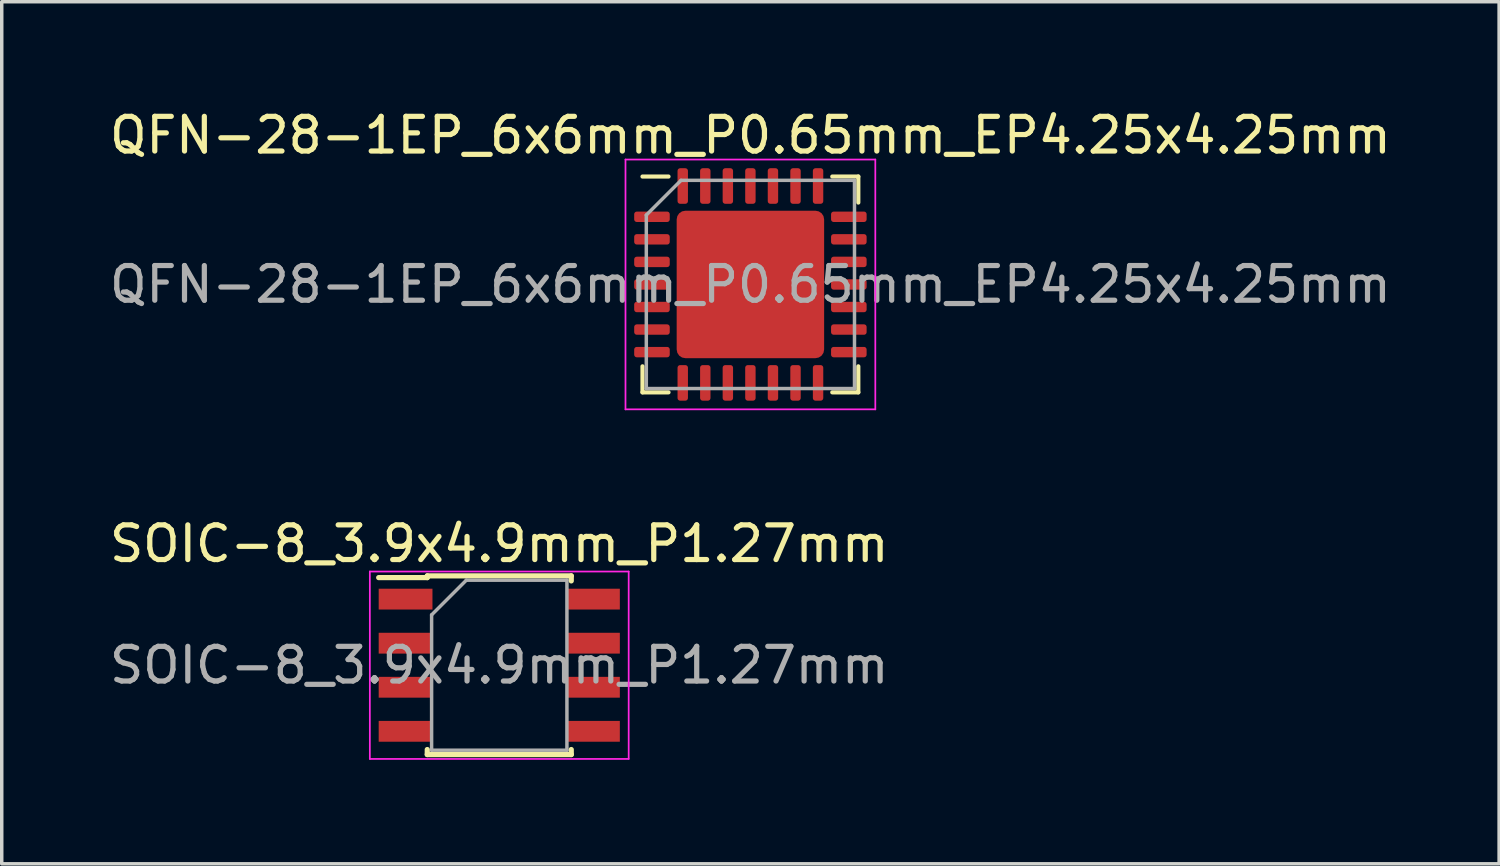
<source format=kicad_pcb>
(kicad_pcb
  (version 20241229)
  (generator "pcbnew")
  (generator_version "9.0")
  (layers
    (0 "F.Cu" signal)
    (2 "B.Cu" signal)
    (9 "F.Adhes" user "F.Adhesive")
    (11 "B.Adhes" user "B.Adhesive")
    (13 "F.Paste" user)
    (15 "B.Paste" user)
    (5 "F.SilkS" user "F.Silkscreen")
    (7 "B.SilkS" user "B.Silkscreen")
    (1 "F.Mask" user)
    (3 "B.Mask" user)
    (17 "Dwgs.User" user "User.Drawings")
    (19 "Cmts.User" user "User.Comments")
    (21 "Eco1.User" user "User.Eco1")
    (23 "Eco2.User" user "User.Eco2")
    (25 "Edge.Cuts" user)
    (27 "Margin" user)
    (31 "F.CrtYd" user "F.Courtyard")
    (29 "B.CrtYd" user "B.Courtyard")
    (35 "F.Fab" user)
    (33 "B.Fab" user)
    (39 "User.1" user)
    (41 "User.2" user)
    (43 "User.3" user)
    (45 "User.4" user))
  (footprint "QFN-28-1EP_6x6mm_P0.65mm_EP4.25x4.25mm"
    (layer "F.Cu")
    (at 18.577 5.148)
    (property "Reference" "QFN-28-1EP_6x6mm_P0.65mm_EP4.25x4.25mm" (at 0 -4.3 0) (layer "F.SilkS") (effects (font (size 1 1) (thickness 0.15))))
    (attr smd)
    (fp_line (start -3.11 3.11) (end -3.11 2.36) (stroke (width 0.12) (type solid)) (layer "F.SilkS"))
    (fp_line (start -2.36 -3.11) (end -3.11 -3.11) (stroke (width 0.12) (type solid)) (layer "F.SilkS"))
    (fp_line (start -2.36 3.11) (end -3.11 3.11) (stroke (width 0.12) (type solid)) (layer "F.SilkS"))
    (fp_line (start 2.36 -3.11) (end 3.11 -3.11) (stroke (width 0.12) (type solid)) (layer "F.SilkS"))
    (fp_line (start 2.36 3.11) (end 3.11 3.11) (stroke (width 0.12) (type solid)) (layer "F.SilkS"))
    (fp_line (start 3.11 -3.11) (end 3.11 -2.36) (stroke (width 0.12) (type solid)) (layer "F.SilkS"))
    (fp_line (start 3.11 3.11) (end 3.11 2.36) (stroke (width 0.12) (type solid)) (layer "F.SilkS"))
    (fp_line (start -3.6 -3.6) (end -3.6 3.6) (stroke (width 0.05) (type solid)) (layer "F.CrtYd"))
    (fp_line (start -3.6 3.6) (end 3.6 3.6) (stroke (width 0.05) (type solid)) (layer "F.CrtYd"))
    (fp_line (start 3.6 -3.6) (end -3.6 -3.6) (stroke (width 0.05) (type solid)) (layer "F.CrtYd"))
    (fp_line (start 3.6 3.6) (end 3.6 -3.6) (stroke (width 0.05) (type solid)) (layer "F.CrtYd"))
    (fp_line (start -3 -2) (end -2 -3) (stroke (width 0.1) (type solid)) (layer "F.Fab"))
    (fp_line (start -3 3) (end -3 -2) (stroke (width 0.1) (type solid)) (layer "F.Fab"))
    (fp_line (start -2 -3) (end 3 -3) (stroke (width 0.1) (type solid)) (layer "F.Fab"))
    (fp_line (start 3 -3) (end 3 3) (stroke (width 0.1) (type solid)) (layer "F.Fab"))
    (fp_line (start 3 3) (end -3 3) (stroke (width 0.1) (type solid)) (layer "F.Fab"))
    (fp_text user "${REFERENCE}" (at 0 0 0) (layer "F.Fab") (effects (font (size 1 1) (thickness 0.15))))
    (pad "" smd roundrect (at -1.42 -1.42) (size 1.14 1.14) (layers "F.Paste") (roundrect_rratio 0.219))
    (pad "" smd roundrect (at -1.42 0) (size 1.14 1.14) (layers "F.Paste") (roundrect_rratio 0.219))
    (pad "" smd roundrect (at -1.42 1.42) (size 1.14 1.14) (layers "F.Paste") (roundrect_rratio 0.219))
    (pad "" smd roundrect (at 0 -1.42) (size 1.14 1.14) (layers "F.Paste") (roundrect_rratio 0.219))
    (pad "" smd roundrect (at 0 0) (size 1.14 1.14) (layers "F.Paste") (roundrect_rratio 0.219))
    (pad "" smd roundrect (at 0 1.42) (size 1.14 1.14) (layers "F.Paste") (roundrect_rratio 0.219))
    (pad "" smd roundrect (at 1.42 -1.42) (size 1.14 1.14) (layers "F.Paste") (roundrect_rratio 0.219))
    (pad "" smd roundrect (at 1.42 0) (size 1.14 1.14) (layers "F.Paste") (roundrect_rratio 0.219))
    (pad "" smd roundrect (at 1.42 1.42) (size 1.14 1.14) (layers "F.Paste") (roundrect_rratio 0.219))
    (pad "1" smd roundrect (at -2.837 -1.95) (size 1.025 0.3) (layers "F.Cu" "F.Mask" "F.Paste") (roundrect_rratio 0.25))
    (pad "2" smd roundrect (at -2.837 -1.3) (size 1.025 0.3) (layers "F.Cu" "F.Mask" "F.Paste") (roundrect_rratio 0.25))
    (pad "3" smd roundrect (at -2.837 -0.65) (size 1.025 0.3) (layers "F.Cu" "F.Mask" "F.Paste") (roundrect_rratio 0.25))
    (pad "4" smd roundrect (at -2.837 0) (size 1.025 0.3) (layers "F.Cu" "F.Mask" "F.Paste") (roundrect_rratio 0.25))
    (pad "5" smd roundrect (at -2.837 0.65) (size 1.025 0.3) (layers "F.Cu" "F.Mask" "F.Paste") (roundrect_rratio 0.25))
    (pad "6" smd roundrect (at -2.837 1.3) (size 1.025 0.3) (layers "F.Cu" "F.Mask" "F.Paste") (roundrect_rratio 0.25))
    (pad "7" smd roundrect (at -2.837 1.95) (size 1.025 0.3) (layers "F.Cu" "F.Mask" "F.Paste") (roundrect_rratio 0.25))
    (pad "8" smd roundrect (at -1.95 2.837) (size 0.3 1.025) (layers "F.Cu" "F.Mask" "F.Paste") (roundrect_rratio 0.25))
    (pad "9" smd roundrect (at -1.3 2.837) (size 0.3 1.025) (layers "F.Cu" "F.Mask" "F.Paste") (roundrect_rratio 0.25))
    (pad "10" smd roundrect (at -0.65 2.837) (size 0.3 1.025) (layers "F.Cu" "F.Mask" "F.Paste") (roundrect_rratio 0.25))
    (pad "11" smd roundrect (at 0 2.837) (size 0.3 1.025) (layers "F.Cu" "F.Mask" "F.Paste") (roundrect_rratio 0.25))
    (pad "12" smd roundrect (at 0.65 2.837) (size 0.3 1.025) (layers "F.Cu" "F.Mask" "F.Paste") (roundrect_rratio 0.25))
    (pad "13" smd roundrect (at 1.3 2.837) (size 0.3 1.025) (layers "F.Cu" "F.Mask" "F.Paste") (roundrect_rratio 0.25))
    (pad "14" smd roundrect (at 1.95 2.837) (size 0.3 1.025) (layers "F.Cu" "F.Mask" "F.Paste") (roundrect_rratio 0.25))
    (pad "15" smd roundrect (at 2.837 1.95) (size 1.025 0.3) (layers "F.Cu" "F.Mask" "F.Paste") (roundrect_rratio 0.25))
    (pad "16" smd roundrect (at 2.837 1.3) (size 1.025 0.3) (layers "F.Cu" "F.Mask" "F.Paste") (roundrect_rratio 0.25))
    (pad "17" smd roundrect (at 2.837 0.65) (size 1.025 0.3) (layers "F.Cu" "F.Mask" "F.Paste") (roundrect_rratio 0.25))
    (pad "18" smd roundrect (at 2.837 0) (size 1.025 0.3) (layers "F.Cu" "F.Mask" "F.Paste") (roundrect_rratio 0.25))
    (pad "19" smd roundrect (at 2.837 -0.65) (size 1.025 0.3) (layers "F.Cu" "F.Mask" "F.Paste") (roundrect_rratio 0.25))
    (pad "20" smd roundrect (at 2.837 -1.3) (size 1.025 0.3) (layers "F.Cu" "F.Mask" "F.Paste") (roundrect_rratio 0.25))
    (pad "21" smd roundrect (at 2.837 -1.95) (size 1.025 0.3) (layers "F.Cu" "F.Mask" "F.Paste") (roundrect_rratio 0.25))
    (pad "22" smd roundrect (at 1.95 -2.837) (size 0.3 1.025) (layers "F.Cu" "F.Mask" "F.Paste") (roundrect_rratio 0.25))
    (pad "23" smd roundrect (at 1.3 -2.837) (size 0.3 1.025) (layers "F.Cu" "F.Mask" "F.Paste") (roundrect_rratio 0.25))
    (pad "24" smd roundrect (at 0.65 -2.837) (size 0.3 1.025) (layers "F.Cu" "F.Mask" "F.Paste") (roundrect_rratio 0.25))
    (pad "25" smd roundrect (at 0 -2.837) (size 0.3 1.025) (layers "F.Cu" "F.Mask" "F.Paste") (roundrect_rratio 0.25))
    (pad "26" smd roundrect (at -0.65 -2.837) (size 0.3 1.025) (layers "F.Cu" "F.Mask" "F.Paste") (roundrect_rratio 0.25))
    (pad "27" smd roundrect (at -1.3 -2.837) (size 0.3 1.025) (layers "F.Cu" "F.Mask" "F.Paste") (roundrect_rratio 0.25))
    (pad "28" smd roundrect (at -1.95 -2.837) (size 0.3 1.025) (layers "F.Cu" "F.Mask" "F.Paste") (roundrect_rratio 0.25))
    (pad "29" smd roundrect (at 0 0) (size 4.25 4.25) (layers "F.Cu" "F.Mask") (roundrect_rratio 0.059)))
  (footprint "SOIC-8_3.9x4.9mm_P1.27mm"
    (layer "F.Cu")
    (at 11.339 16.122)
    (property "Reference" "SOIC-8_3.9x4.9mm_P1.27mm" (at 0 -3.5 0) (layer "F.SilkS") (effects (font (size 1 1) (thickness 0.15))))
    (attr smd)
    (fp_line (start -2.075 -2.575) (end -2.075 -2.525) (stroke (width 0.15) (type solid)) (layer "F.SilkS"))
    (fp_line (start -2.075 -2.575) (end 2.075 -2.575) (stroke (width 0.15) (type solid)) (layer "F.SilkS"))
    (fp_line (start -2.075 -2.525) (end -3.475 -2.525) (stroke (width 0.15) (type solid)) (layer "F.SilkS"))
    (fp_line (start -2.075 2.575) (end -2.075 2.43) (stroke (width 0.15) (type solid)) (layer "F.SilkS"))
    (fp_line (start -2.075 2.575) (end 2.075 2.575) (stroke (width 0.15) (type solid)) (layer "F.SilkS"))
    (fp_line (start 2.075 -2.575) (end 2.075 -2.43) (stroke (width 0.15) (type solid)) (layer "F.SilkS"))
    (fp_line (start 2.075 2.575) (end 2.075 2.43) (stroke (width 0.15) (type solid)) (layer "F.SilkS"))
    (fp_line (start -3.73 -2.7) (end -3.73 2.7) (stroke (width 0.05) (type solid)) (layer "F.CrtYd"))
    (fp_line (start -3.73 -2.7) (end 3.73 -2.7) (stroke (width 0.05) (type solid)) (layer "F.CrtYd"))
    (fp_line (start -3.73 2.7) (end 3.73 2.7) (stroke (width 0.05) (type solid)) (layer "F.CrtYd"))
    (fp_line (start 3.73 -2.7) (end 3.73 2.7) (stroke (width 0.05) (type solid)) (layer "F.CrtYd"))
    (fp_line (start -1.95 -1.45) (end -0.95 -2.45) (stroke (width 0.1) (type solid)) (layer "F.Fab"))
    (fp_line (start -1.95 2.45) (end -1.95 -1.45) (stroke (width 0.1) (type solid)) (layer "F.Fab"))
    (fp_line (start -0.95 -2.45) (end 1.95 -2.45) (stroke (width 0.1) (type solid)) (layer "F.Fab"))
    (fp_line (start 1.95 -2.45) (end 1.95 2.45) (stroke (width 0.1) (type solid)) (layer "F.Fab"))
    (fp_line (start 1.95 2.45) (end -1.95 2.45) (stroke (width 0.1) (type solid)) (layer "F.Fab"))
    (fp_text user "${REFERENCE}" (at 0 0 0) (layer "F.Fab") (effects (font (size 1 1) (thickness 0.15))))
    (pad "1" smd rect (at -2.7 -1.905) (size 1.55 0.6) (layers "F.Cu" "F.Mask" "F.Paste"))
    (pad "2" smd rect (at -2.7 -0.635) (size 1.55 0.6) (layers "F.Cu" "F.Mask" "F.Paste"))
    (pad "3" smd rect (at -2.7 0.635) (size 1.55 0.6) (layers "F.Cu" "F.Mask" "F.Paste"))
    (pad "4" smd rect (at -2.7 1.905) (size 1.55 0.6) (layers "F.Cu" "F.Mask" "F.Paste"))
    (pad "5" smd rect (at 2.7 1.905) (size 1.55 0.6) (layers "F.Cu" "F.Mask" "F.Paste"))
    (pad "6" smd rect (at 2.7 0.635) (size 1.55 0.6) (layers "F.Cu" "F.Mask" "F.Paste"))
    (pad "7" smd rect (at 2.7 -0.635) (size 1.55 0.6) (layers "F.Cu" "F.Mask" "F.Paste"))
    (pad "8" smd rect (at 2.7 -1.905) (size 1.55 0.6) (layers "F.Cu" "F.Mask" "F.Paste")))
  (gr_rect
    (start -3 -3)
    (end 40.155 21.846)
    (stroke (width 0.1) (type default))
    (fill no)
    (layer "Edge.Cuts")))
</source>
